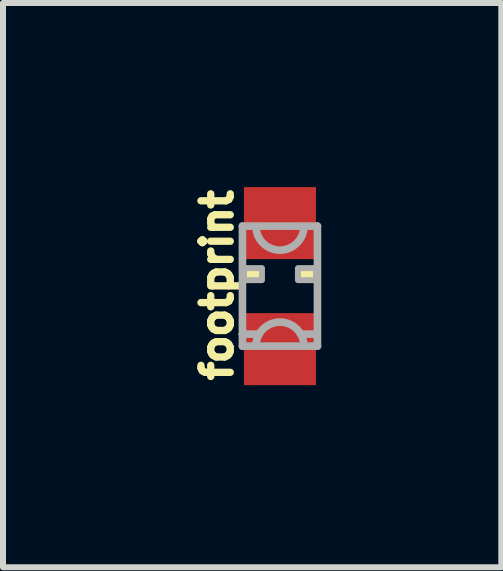
<source format=kicad_pcb>
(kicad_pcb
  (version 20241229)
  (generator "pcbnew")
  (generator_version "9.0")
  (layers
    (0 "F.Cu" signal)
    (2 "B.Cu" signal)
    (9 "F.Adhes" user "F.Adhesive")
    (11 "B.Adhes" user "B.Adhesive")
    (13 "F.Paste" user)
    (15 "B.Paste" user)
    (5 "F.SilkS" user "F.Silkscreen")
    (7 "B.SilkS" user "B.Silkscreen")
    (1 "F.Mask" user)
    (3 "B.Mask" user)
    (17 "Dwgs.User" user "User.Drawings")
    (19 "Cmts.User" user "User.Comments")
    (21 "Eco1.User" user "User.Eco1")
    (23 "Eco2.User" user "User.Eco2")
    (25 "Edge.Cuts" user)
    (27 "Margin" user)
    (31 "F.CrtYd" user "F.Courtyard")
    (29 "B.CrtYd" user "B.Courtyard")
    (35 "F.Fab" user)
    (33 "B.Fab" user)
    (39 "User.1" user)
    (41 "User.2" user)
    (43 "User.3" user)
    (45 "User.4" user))
  (footprint "footprint"
    (layer "F.Cu")
    (at 1.615 1.718)
    (property "Reference" "footprint" (at -0.762 -0.016 90) (layer "F.SilkS") (effects (font (size 0.488 0.488) (thickness 0.122)) (justify bottom)))
    (fp_poly (pts (xy -0.6 -0.1) (xy -0.3 -0.1) (xy -0.3 -0.3) (xy -0.6 -0.3)) (stroke (width 0) (type solid)) (fill yes) (layer "F.SilkS"))
    (fp_poly (pts (xy 0.3 -0.1) (xy 0.6 -0.1) (xy 0.6 -0.3) (xy 0.3 -0.3)) (stroke (width 0) (type solid)) (fill yes) (layer "F.SilkS"))
    (fp_line (start -0.625 -1) (end 0.625 -1) (stroke (width 0.127) (type solid)) (layer "F.Fab"))
    (fp_line (start -0.625 0.8) (end -0.625 -1) (stroke (width 0.127) (type solid)) (layer "F.Fab"))
    (fp_line (start -0.625 1) (end -0.625 0.8) (stroke (width 0.127) (type solid)) (layer "F.Fab"))
    (fp_line (start -0.4 1) (end -0.625 1) (stroke (width 0.127) (type solid)) (layer "F.Fab"))
    (fp_line (start -0.35 0.8) (end -0.625 0.8) (stroke (width 0.127) (type solid)) (layer "F.Fab"))
    (fp_line (start 0.4 1) (end -0.4 1) (stroke (width 0.127) (type solid)) (layer "F.Fab"))
    (fp_line (start 0.6 0.8) (end 0.35 0.8) (stroke (width 0.127) (type solid)) (layer "F.Fab"))
    (fp_line (start 0.625 -1) (end 0.625 1) (stroke (width 0.127) (type solid)) (layer "F.Fab"))
    (fp_line (start 0.625 1) (end 0.4 1) (stroke (width 0.127) (type solid)) (layer "F.Fab"))
    (fp_arc (start -0.4 1) (mid 0 0.6) (end 0.4 1) (stroke (width 0.127) (type solid)) (layer "F.Fab"))
    (fp_arc (start 0.4 -1) (mid 0 -0.6) (end -0.4 -1) (stroke (width 0.127) (type solid)) (layer "F.Fab"))
    (fp_poly (pts (xy -0.6 -0.1) (xy -0.3 -0.1) (xy -0.3 -0.3) (xy -0.6 -0.3)) (stroke (width 0.1) (type solid)) (fill no) (layer "F.Fab"))
    (fp_poly (pts (xy 0.3 -0.1) (xy 0.6 -0.1) (xy 0.6 -0.3) (xy 0.3 -0.3)) (stroke (width 0.1) (type solid)) (fill no) (layer "F.Fab"))
    (pad "C" smd rect (at 0 -1.05) (size 1.2 1.2) (layers "F.Cu" "F.Mask" "F.Paste"))
    (pad "E" smd rect (at 0 1.05) (size 1.2 1.2) (layers "F.Cu" "F.Mask" "F.Paste")))
  (gr_rect
    (start -3 -3)
    (end 5.304 6.403)
    (stroke (width 0.1) (type default))
    (fill no)
    (layer "Edge.Cuts")))
</source>
